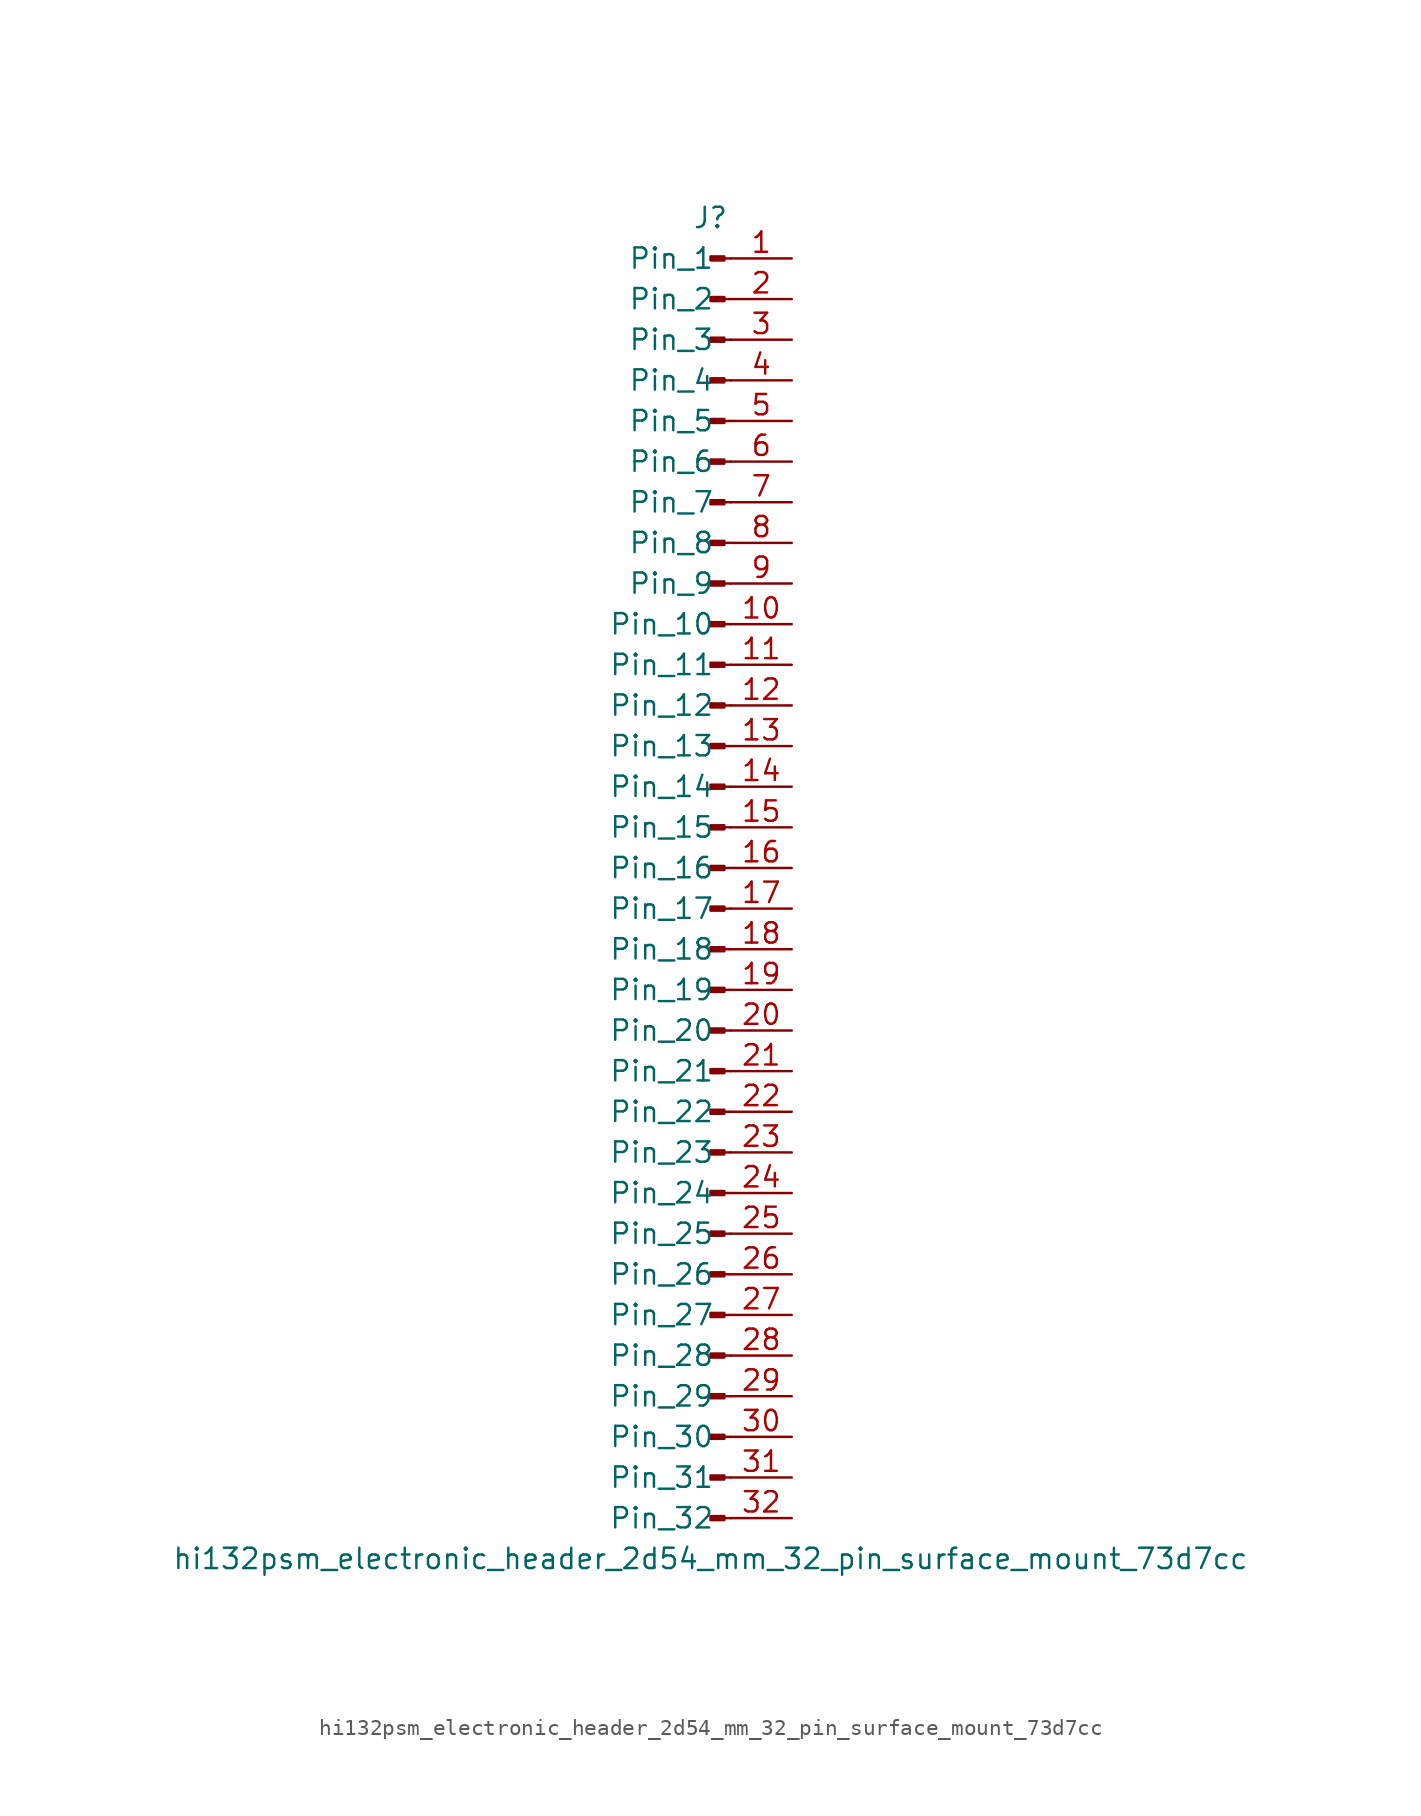
<source format=kicad_sym>
(kicad_symbol_lib
  (version 20220914)
  (generator kicad_symbol_editor)
  (symbol "hi132psm_electronic_header_2d54_mm_32_pin_surface_mount_73d7cc"
    (pin_names
      (offset 1.016))
    (property "Reference" "J"
      (at 0 40.64 0)
      (effects (font (size 1.27 1.27))))
    (property "Value" "hi132psm_electronic_header_2d54_mm_32_pin_surface_mount_73d7cc"
      (at 0 -43.18 0)
      (effects (font (size 1.27 1.27))))
    (property "ki_locked" ""
      (at 0 0 0)
      (effects (font (size 1.27 1.27))))
    (symbol "hi132psm_electronic_header_2d54_mm_32_pin_surface_mount_73d7cc_1_1"
      (polyline (pts (xy 1.27 -40.64) (xy 0.864 -40.64)) (stroke (width 0.152) (type default)) (fill (type none)))
      (polyline (pts (xy 1.27 -38.1) (xy 0.864 -38.1)) (stroke (width 0.152) (type default)) (fill (type none)))
      (polyline (pts (xy 1.27 -35.56) (xy 0.864 -35.56)) (stroke (width 0.152) (type default)) (fill (type none)))
      (polyline (pts (xy 1.27 -33.02) (xy 0.864 -33.02)) (stroke (width 0.152) (type default)) (fill (type none)))
      (polyline (pts (xy 1.27 -30.48) (xy 0.864 -30.48)) (stroke (width 0.152) (type default)) (fill (type none)))
      (polyline (pts (xy 1.27 -27.94) (xy 0.864 -27.94)) (stroke (width 0.152) (type default)) (fill (type none)))
      (polyline (pts (xy 1.27 -25.4) (xy 0.864 -25.4)) (stroke (width 0.152) (type default)) (fill (type none)))
      (polyline (pts (xy 1.27 -22.86) (xy 0.864 -22.86)) (stroke (width 0.152) (type default)) (fill (type none)))
      (polyline (pts (xy 1.27 -20.32) (xy 0.864 -20.32)) (stroke (width 0.152) (type default)) (fill (type none)))
      (polyline (pts (xy 1.27 -17.78) (xy 0.864 -17.78)) (stroke (width 0.152) (type default)) (fill (type none)))
      (polyline (pts (xy 1.27 -15.24) (xy 0.864 -15.24)) (stroke (width 0.152) (type default)) (fill (type none)))
      (polyline (pts (xy 1.27 -12.7) (xy 0.864 -12.7)) (stroke (width 0.152) (type default)) (fill (type none)))
      (polyline (pts (xy 1.27 -10.16) (xy 0.864 -10.16)) (stroke (width 0.152) (type default)) (fill (type none)))
      (polyline (pts (xy 1.27 -7.62) (xy 0.864 -7.62)) (stroke (width 0.152) (type default)) (fill (type none)))
      (polyline (pts (xy 1.27 -5.08) (xy 0.864 -5.08)) (stroke (width 0.152) (type default)) (fill (type none)))
      (polyline (pts (xy 1.27 -2.54) (xy 0.864 -2.54)) (stroke (width 0.152) (type default)) (fill (type none)))
      (polyline (pts (xy 1.27 0) (xy 0.864 0)) (stroke (width 0.152) (type default)) (fill (type none)))
      (polyline (pts (xy 1.27 2.54) (xy 0.864 2.54)) (stroke (width 0.152) (type default)) (fill (type none)))
      (polyline (pts (xy 1.27 5.08) (xy 0.864 5.08)) (stroke (width 0.152) (type default)) (fill (type none)))
      (polyline (pts (xy 1.27 7.62) (xy 0.864 7.62)) (stroke (width 0.152) (type default)) (fill (type none)))
      (polyline (pts (xy 1.27 10.16) (xy 0.864 10.16)) (stroke (width 0.152) (type default)) (fill (type none)))
      (polyline (pts (xy 1.27 12.7) (xy 0.864 12.7)) (stroke (width 0.152) (type default)) (fill (type none)))
      (polyline (pts (xy 1.27 15.24) (xy 0.864 15.24)) (stroke (width 0.152) (type default)) (fill (type none)))
      (polyline (pts (xy 1.27 17.78) (xy 0.864 17.78)) (stroke (width 0.152) (type default)) (fill (type none)))
      (polyline (pts (xy 1.27 20.32) (xy 0.864 20.32)) (stroke (width 0.152) (type default)) (fill (type none)))
      (polyline (pts (xy 1.27 22.86) (xy 0.864 22.86)) (stroke (width 0.152) (type default)) (fill (type none)))
      (polyline (pts (xy 1.27 25.4) (xy 0.864 25.4)) (stroke (width 0.152) (type default)) (fill (type none)))
      (polyline (pts (xy 1.27 27.94) (xy 0.864 27.94)) (stroke (width 0.152) (type default)) (fill (type none)))
      (polyline (pts (xy 1.27 30.48) (xy 0.864 30.48)) (stroke (width 0.152) (type default)) (fill (type none)))
      (polyline (pts (xy 1.27 33.02) (xy 0.864 33.02)) (stroke (width 0.152) (type default)) (fill (type none)))
      (polyline (pts (xy 1.27 35.56) (xy 0.864 35.56)) (stroke (width 0.152) (type default)) (fill (type none)))
      (polyline (pts (xy 1.27 38.1) (xy 0.864 38.1)) (stroke (width 0.152) (type default)) (fill (type none)))
      (rectangle (start 0.864 -40.513) (end 0 -40.767) (stroke (width 0.152) (type default)) (fill (type outline)))
      (rectangle (start 0.864 -37.973) (end 0 -38.227) (stroke (width 0.152) (type default)) (fill (type outline)))
      (rectangle (start 0.864 -35.433) (end 0 -35.687) (stroke (width 0.152) (type default)) (fill (type outline)))
      (rectangle (start 0.864 -32.893) (end 0 -33.147) (stroke (width 0.152) (type default)) (fill (type outline)))
      (rectangle (start 0.864 -30.353) (end 0 -30.607) (stroke (width 0.152) (type default)) (fill (type outline)))
      (rectangle (start 0.864 -27.813) (end 0 -28.067) (stroke (width 0.152) (type default)) (fill (type outline)))
      (rectangle (start 0.864 -25.273) (end 0 -25.527) (stroke (width 0.152) (type default)) (fill (type outline)))
      (rectangle (start 0.864 -22.733) (end 0 -22.987) (stroke (width 0.152) (type default)) (fill (type outline)))
      (rectangle (start 0.864 -20.193) (end 0 -20.447) (stroke (width 0.152) (type default)) (fill (type outline)))
      (rectangle (start 0.864 -17.653) (end 0 -17.907) (stroke (width 0.152) (type default)) (fill (type outline)))
      (rectangle (start 0.864 -15.113) (end 0 -15.367) (stroke (width 0.152) (type default)) (fill (type outline)))
      (rectangle (start 0.864 -12.573) (end 0 -12.827) (stroke (width 0.152) (type default)) (fill (type outline)))
      (rectangle (start 0.864 -10.033) (end 0 -10.287) (stroke (width 0.152) (type default)) (fill (type outline)))
      (rectangle (start 0.864 -7.493) (end 0 -7.747) (stroke (width 0.152) (type default)) (fill (type outline)))
      (rectangle (start 0.864 -4.953) (end 0 -5.207) (stroke (width 0.152) (type default)) (fill (type outline)))
      (rectangle (start 0.864 -2.413) (end 0 -2.667) (stroke (width 0.152) (type default)) (fill (type outline)))
      (rectangle (start 0.864 0.127) (end 0 -0.127) (stroke (width 0.152) (type default)) (fill (type outline)))
      (rectangle (start 0.864 2.667) (end 0 2.413) (stroke (width 0.152) (type default)) (fill (type outline)))
      (rectangle (start 0.864 5.207) (end 0 4.953) (stroke (width 0.152) (type default)) (fill (type outline)))
      (rectangle (start 0.864 7.747) (end 0 7.493) (stroke (width 0.152) (type default)) (fill (type outline)))
      (rectangle (start 0.864 10.287) (end 0 10.033) (stroke (width 0.152) (type default)) (fill (type outline)))
      (rectangle (start 0.864 12.827) (end 0 12.573) (stroke (width 0.152) (type default)) (fill (type outline)))
      (rectangle (start 0.864 15.367) (end 0 15.113) (stroke (width 0.152) (type default)) (fill (type outline)))
      (rectangle (start 0.864 17.907) (end 0 17.653) (stroke (width 0.152) (type default)) (fill (type outline)))
      (rectangle (start 0.864 20.447) (end 0 20.193) (stroke (width 0.152) (type default)) (fill (type outline)))
      (rectangle (start 0.864 22.987) (end 0 22.733) (stroke (width 0.152) (type default)) (fill (type outline)))
      (rectangle (start 0.864 25.527) (end 0 25.273) (stroke (width 0.152) (type default)) (fill (type outline)))
      (rectangle (start 0.864 28.067) (end 0 27.813) (stroke (width 0.152) (type default)) (fill (type outline)))
      (rectangle (start 0.864 30.607) (end 0 30.353) (stroke (width 0.152) (type default)) (fill (type outline)))
      (rectangle (start 0.864 33.147) (end 0 32.893) (stroke (width 0.152) (type default)) (fill (type outline)))
      (rectangle (start 0.864 35.687) (end 0 35.433) (stroke (width 0.152) (type default)) (fill (type outline)))
      (rectangle (start 0.864 38.227) (end 0 37.973) (stroke (width 0.152) (type default)) (fill (type outline)))
      (pin passive line (at 5.08 38.1 180) (length 3.81) (name "Pin_1" (effects (font (size 1.27 1.27)))) (number "1" (effects (font (size 1.27 1.27)))))
      (pin passive line (at 5.08 15.24 180) (length 3.81) (name "Pin_10" (effects (font (size 1.27 1.27)))) (number "10" (effects (font (size 1.27 1.27)))))
      (pin passive line (at 5.08 12.7 180) (length 3.81) (name "Pin_11" (effects (font (size 1.27 1.27)))) (number "11" (effects (font (size 1.27 1.27)))))
      (pin passive line (at 5.08 10.16 180) (length 3.81) (name "Pin_12" (effects (font (size 1.27 1.27)))) (number "12" (effects (font (size 1.27 1.27)))))
      (pin passive line (at 5.08 7.62 180) (length 3.81) (name "Pin_13" (effects (font (size 1.27 1.27)))) (number "13" (effects (font (size 1.27 1.27)))))
      (pin passive line (at 5.08 5.08 180) (length 3.81) (name "Pin_14" (effects (font (size 1.27 1.27)))) (number "14" (effects (font (size 1.27 1.27)))))
      (pin passive line (at 5.08 2.54 180) (length 3.81) (name "Pin_15" (effects (font (size 1.27 1.27)))) (number "15" (effects (font (size 1.27 1.27)))))
      (pin passive line (at 5.08 0 180) (length 3.81) (name "Pin_16" (effects (font (size 1.27 1.27)))) (number "16" (effects (font (size 1.27 1.27)))))
      (pin passive line (at 5.08 -2.54 180) (length 3.81) (name "Pin_17" (effects (font (size 1.27 1.27)))) (number "17" (effects (font (size 1.27 1.27)))))
      (pin passive line (at 5.08 -5.08 180) (length 3.81) (name "Pin_18" (effects (font (size 1.27 1.27)))) (number "18" (effects (font (size 1.27 1.27)))))
      (pin passive line (at 5.08 -7.62 180) (length 3.81) (name "Pin_19" (effects (font (size 1.27 1.27)))) (number "19" (effects (font (size 1.27 1.27)))))
      (pin passive line (at 5.08 35.56 180) (length 3.81) (name "Pin_2" (effects (font (size 1.27 1.27)))) (number "2" (effects (font (size 1.27 1.27)))))
      (pin passive line (at 5.08 -10.16 180) (length 3.81) (name "Pin_20" (effects (font (size 1.27 1.27)))) (number "20" (effects (font (size 1.27 1.27)))))
      (pin passive line (at 5.08 -12.7 180) (length 3.81) (name "Pin_21" (effects (font (size 1.27 1.27)))) (number "21" (effects (font (size 1.27 1.27)))))
      (pin passive line (at 5.08 -15.24 180) (length 3.81) (name "Pin_22" (effects (font (size 1.27 1.27)))) (number "22" (effects (font (size 1.27 1.27)))))
      (pin passive line (at 5.08 -17.78 180) (length 3.81) (name "Pin_23" (effects (font (size 1.27 1.27)))) (number "23" (effects (font (size 1.27 1.27)))))
      (pin passive line (at 5.08 -20.32 180) (length 3.81) (name "Pin_24" (effects (font (size 1.27 1.27)))) (number "24" (effects (font (size 1.27 1.27)))))
      (pin passive line (at 5.08 -22.86 180) (length 3.81) (name "Pin_25" (effects (font (size 1.27 1.27)))) (number "25" (effects (font (size 1.27 1.27)))))
      (pin passive line (at 5.08 -25.4 180) (length 3.81) (name "Pin_26" (effects (font (size 1.27 1.27)))) (number "26" (effects (font (size 1.27 1.27)))))
      (pin passive line (at 5.08 -27.94 180) (length 3.81) (name "Pin_27" (effects (font (size 1.27 1.27)))) (number "27" (effects (font (size 1.27 1.27)))))
      (pin passive line (at 5.08 -30.48 180) (length 3.81) (name "Pin_28" (effects (font (size 1.27 1.27)))) (number "28" (effects (font (size 1.27 1.27)))))
      (pin passive line (at 5.08 -33.02 180) (length 3.81) (name "Pin_29" (effects (font (size 1.27 1.27)))) (number "29" (effects (font (size 1.27 1.27)))))
      (pin passive line (at 5.08 33.02 180) (length 3.81) (name "Pin_3" (effects (font (size 1.27 1.27)))) (number "3" (effects (font (size 1.27 1.27)))))
      (pin passive line (at 5.08 -35.56 180) (length 3.81) (name "Pin_30" (effects (font (size 1.27 1.27)))) (number "30" (effects (font (size 1.27 1.27)))))
      (pin passive line (at 5.08 -38.1 180) (length 3.81) (name "Pin_31" (effects (font (size 1.27 1.27)))) (number "31" (effects (font (size 1.27 1.27)))))
      (pin passive line (at 5.08 -40.64 180) (length 3.81) (name "Pin_32" (effects (font (size 1.27 1.27)))) (number "32" (effects (font (size 1.27 1.27)))))
      (pin passive line (at 5.08 30.48 180) (length 3.81) (name "Pin_4" (effects (font (size 1.27 1.27)))) (number "4" (effects (font (size 1.27 1.27)))))
      (pin passive line (at 5.08 27.94 180) (length 3.81) (name "Pin_5" (effects (font (size 1.27 1.27)))) (number "5" (effects (font (size 1.27 1.27)))))
      (pin passive line (at 5.08 25.4 180) (length 3.81) (name "Pin_6" (effects (font (size 1.27 1.27)))) (number "6" (effects (font (size 1.27 1.27)))))
      (pin passive line (at 5.08 22.86 180) (length 3.81) (name "Pin_7" (effects (font (size 1.27 1.27)))) (number "7" (effects (font (size 1.27 1.27)))))
      (pin passive line (at 5.08 20.32 180) (length 3.81) (name "Pin_8" (effects (font (size 1.27 1.27)))) (number "8" (effects (font (size 1.27 1.27)))))
      (pin passive line (at 5.08 17.78 180) (length 3.81) (name "Pin_9" (effects (font (size 1.27 1.27)))) (number "9" (effects (font (size 1.27 1.27))))))))
</source>
